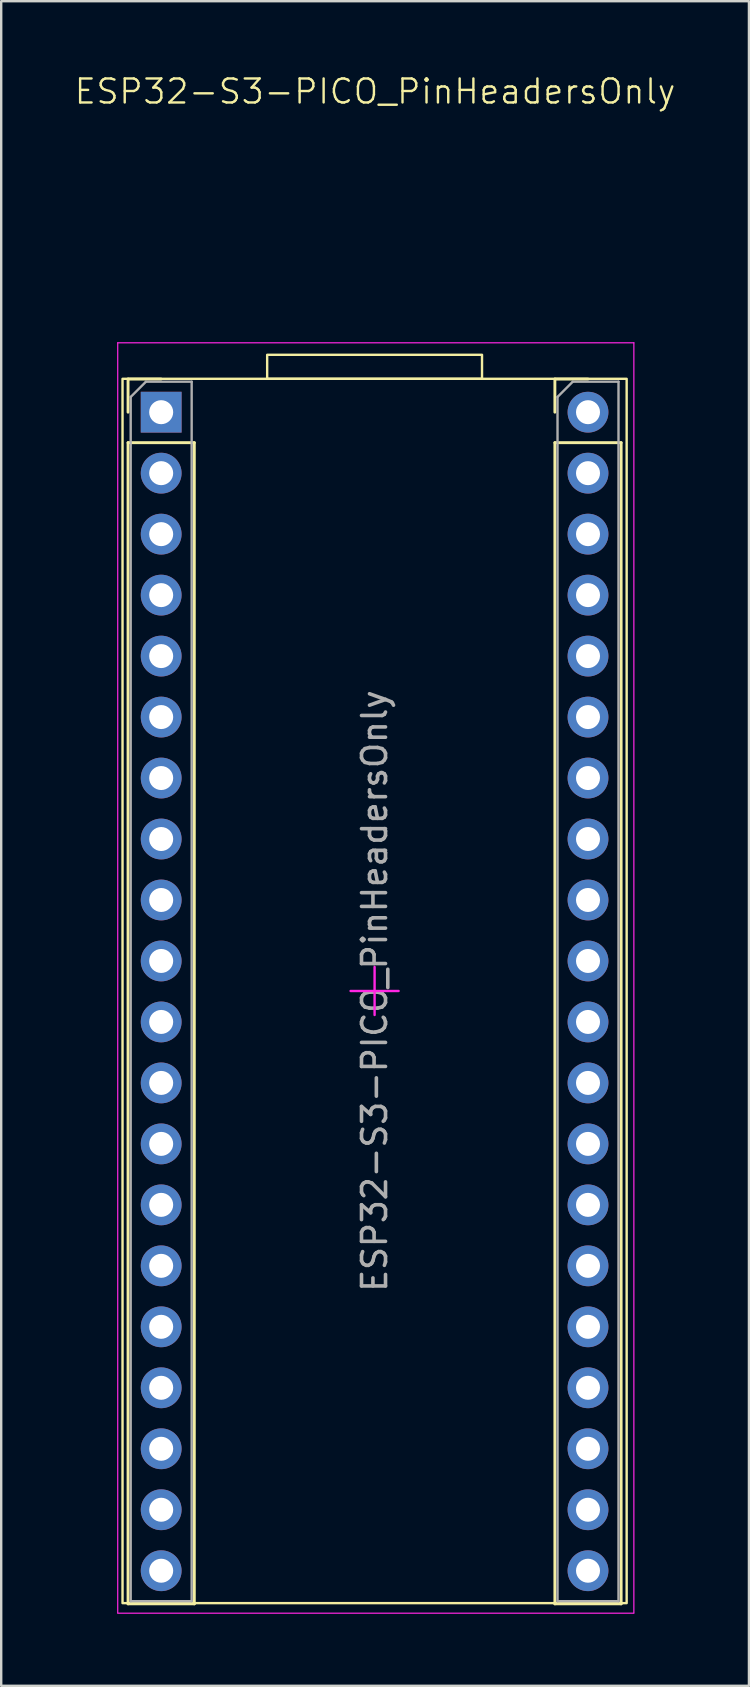
<source format=kicad_pcb>
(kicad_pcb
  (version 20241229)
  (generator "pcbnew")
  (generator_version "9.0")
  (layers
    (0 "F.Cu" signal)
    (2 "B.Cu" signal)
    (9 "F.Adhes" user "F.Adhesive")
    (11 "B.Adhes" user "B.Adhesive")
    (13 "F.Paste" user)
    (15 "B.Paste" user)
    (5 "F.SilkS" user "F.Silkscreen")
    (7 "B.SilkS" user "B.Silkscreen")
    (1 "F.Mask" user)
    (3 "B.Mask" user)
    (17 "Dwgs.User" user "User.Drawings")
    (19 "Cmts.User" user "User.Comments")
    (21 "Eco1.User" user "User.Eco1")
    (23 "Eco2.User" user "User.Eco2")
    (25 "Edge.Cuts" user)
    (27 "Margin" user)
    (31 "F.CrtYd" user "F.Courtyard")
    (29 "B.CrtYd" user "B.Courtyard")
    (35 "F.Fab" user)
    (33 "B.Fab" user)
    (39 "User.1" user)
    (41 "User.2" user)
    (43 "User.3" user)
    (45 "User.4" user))
  (footprint "ESP32-S3-PICO_PinHeadersOnly"
    (layer "F.Cu")
    (at 12.554 38.23)
    (property "Reference" "ESP32-S3-PICO_PinHeadersOnly" (at 0.02 -37.47 0) (unlocked yes) (layer "F.SilkS") (effects (font (size 1 1) (thickness 0.1))))
    (attr smd)
    (fp_line (start -10.27 -25.49) (end -8.89 -25.49) (stroke (width 0.12) (type solid)) (layer "F.SilkS"))
    (fp_line (start -10.27 -24.11) (end -10.27 -25.49) (stroke (width 0.12) (type solid)) (layer "F.SilkS"))
    (fp_line (start -10.27 -22.84) (end -10.27 25.53) (stroke (width 0.12) (type solid)) (layer "F.SilkS"))
    (fp_line (start -10.27 -22.84) (end -7.51 -22.84) (stroke (width 0.12) (type solid)) (layer "F.SilkS"))
    (fp_line (start -10.27 25.53) (end -7.51 25.53) (stroke (width 0.12) (type solid)) (layer "F.SilkS"))
    (fp_line (start -7.51 -22.84) (end -7.51 25.53) (stroke (width 0.12) (type solid)) (layer "F.SilkS"))
    (fp_line (start 7.51 -25.49) (end 8.89 -25.49) (stroke (width 0.12) (type solid)) (layer "F.SilkS"))
    (fp_line (start 7.51 -24.11) (end 7.51 -25.49) (stroke (width 0.12) (type solid)) (layer "F.SilkS"))
    (fp_line (start 7.51 -22.84) (end 7.51 25.53) (stroke (width 0.12) (type solid)) (layer "F.SilkS"))
    (fp_line (start 7.51 -22.84) (end 10.27 -22.84) (stroke (width 0.12) (type solid)) (layer "F.SilkS"))
    (fp_line (start 7.51 25.53) (end 10.27 25.53) (stroke (width 0.12) (type solid)) (layer "F.SilkS"))
    (fp_line (start 10.27 -22.84) (end 10.27 25.53) (stroke (width 0.12) (type solid)) (layer "F.SilkS"))
    (fp_rect (start -10.5 -25.5) (end 10.5 25.5) (stroke (width 0.1) (type solid)) (fill no) (layer "F.SilkS"))
    (fp_rect (start -4.475 -26.5) (end 4.475 -25.5) (stroke (width 0.1) (type solid)) (fill no) (layer "F.SilkS"))
    (fp_line (start -10.7 -27) (end -10.7 25.9) (stroke (width 0.05) (type solid)) (layer "F.CrtYd"))
    (fp_line (start -10.7 25.92) (end 10.8 25.92) (stroke (width 0.05) (type solid)) (layer "F.CrtYd"))
    (fp_line (start -1 0) (end 0 0) (stroke (width 0.1) (type solid)) (layer "F.CrtYd"))
    (fp_line (start 0 -1) (end 0 0) (stroke (width 0.1) (type solid)) (layer "F.CrtYd"))
    (fp_line (start 0 1) (end 0 0) (stroke (width 0.1) (type solid)) (layer "F.CrtYd"))
    (fp_line (start 1 0) (end 0 0) (stroke (width 0.1) (type solid)) (layer "F.CrtYd"))
    (fp_line (start 10.8 -27) (end -10.7 -27) (stroke (width 0.05) (type solid)) (layer "F.CrtYd"))
    (fp_line (start 10.8 25.9) (end 10.8 -27) (stroke (width 0.05) (type solid)) (layer "F.CrtYd"))
    (fp_line (start -10.16 -24.745) (end -9.525 -25.38) (stroke (width 0.1) (type solid)) (layer "F.Fab"))
    (fp_line (start -10.16 25.42) (end -10.16 -24.745) (stroke (width 0.1) (type solid)) (layer "F.Fab"))
    (fp_line (start -9.525 -25.38) (end -7.62 -25.38) (stroke (width 0.1) (type solid)) (layer "F.Fab"))
    (fp_line (start -7.62 -25.38) (end -7.62 25.42) (stroke (width 0.1) (type solid)) (layer "F.Fab"))
    (fp_line (start -7.62 25.42) (end -10.16 25.42) (stroke (width 0.1) (type solid)) (layer "F.Fab"))
    (fp_line (start 7.62 -24.745) (end 8.255 -25.38) (stroke (width 0.1) (type solid)) (layer "F.Fab"))
    (fp_line (start 7.62 25.42) (end 7.62 -24.745) (stroke (width 0.1) (type solid)) (layer "F.Fab"))
    (fp_line (start 8.255 -25.38) (end 10.16 -25.38) (stroke (width 0.1) (type solid)) (layer "F.Fab"))
    (fp_line (start 10.16 -25.38) (end 10.16 25.42) (stroke (width 0.1) (type solid)) (layer "F.Fab"))
    (fp_line (start 10.16 25.42) (end 7.62 25.42) (stroke (width 0.1) (type solid)) (layer "F.Fab"))
    (fp_text user "${REFERENCE}" (at 0 0 90) (unlocked yes) (layer "F.Fab") (effects (font (size 1 1) (thickness 0.15))))
    (pad "1" thru_hole rect (at -8.89 -24.11) (size 1.7 1.7) (drill 1) (layers "*.Cu" "*.Mask"))
    (pad "2" thru_hole circle (at -8.89 -21.57) (size 1.7 1.7) (drill 1) (layers "*.Cu" "*.Mask"))
    (pad "3" thru_hole circle (at -8.89 -19.03) (size 1.7 1.7) (drill 1) (layers "*.Cu" "*.Mask"))
    (pad "4" thru_hole circle (at -8.89 -16.49) (size 1.7 1.7) (drill 1) (layers "*.Cu" "*.Mask"))
    (pad "5" thru_hole circle (at -8.89 -13.95) (size 1.7 1.7) (drill 1) (layers "*.Cu" "*.Mask"))
    (pad "6" thru_hole circle (at -8.89 -11.41) (size 1.7 1.7) (drill 1) (layers "*.Cu" "*.Mask"))
    (pad "7" thru_hole circle (at -8.89 -8.87) (size 1.7 1.7) (drill 1) (layers "*.Cu" "*.Mask"))
    (pad "8" thru_hole circle (at -8.89 -6.33) (size 1.7 1.7) (drill 1) (layers "*.Cu" "*.Mask"))
    (pad "9" thru_hole circle (at -8.89 -3.79) (size 1.7 1.7) (drill 1) (layers "*.Cu" "*.Mask"))
    (pad "10" thru_hole circle (at -8.89 -1.25) (size 1.7 1.7) (drill 1) (layers "*.Cu" "*.Mask"))
    (pad "11" thru_hole circle (at -8.89 1.29) (size 1.7 1.7) (drill 1) (layers "*.Cu" "*.Mask"))
    (pad "12" thru_hole circle (at -8.89 3.83) (size 1.7 1.7) (drill 1) (layers "*.Cu" "*.Mask"))
    (pad "13" thru_hole circle (at -8.89 6.37) (size 1.7 1.7) (drill 1) (layers "*.Cu" "*.Mask"))
    (pad "14" thru_hole circle (at -8.89 8.91) (size 1.7 1.7) (drill 1) (layers "*.Cu" "*.Mask"))
    (pad "15" thru_hole circle (at -8.89 11.45) (size 1.7 1.7) (drill 1) (layers "*.Cu" "*.Mask"))
    (pad "16" thru_hole circle (at -8.89 13.99) (size 1.7 1.7) (drill 1) (layers "*.Cu" "*.Mask"))
    (pad "17" thru_hole circle (at -8.89 16.53) (size 1.7 1.7) (drill 1) (layers "*.Cu" "*.Mask"))
    (pad "18" thru_hole circle (at -8.89 19.07) (size 1.7 1.7) (drill 1) (layers "*.Cu" "*.Mask"))
    (pad "19" thru_hole circle (at -8.89 21.61) (size 1.7 1.7) (drill 1) (layers "*.Cu" "*.Mask"))
    (pad "20" thru_hole circle (at -8.89 24.15) (size 1.7 1.7) (drill 1) (layers "*.Cu" "*.Mask"))
    (pad "21" thru_hole circle (at 8.89 24.15) (size 1.7 1.7) (drill 1) (layers "*.Cu" "*.Mask"))
    (pad "22" thru_hole circle (at 8.89 21.61) (size 1.7 1.7) (drill 1) (layers "*.Cu" "*.Mask"))
    (pad "23" thru_hole circle (at 8.89 19.07) (size 1.7 1.7) (drill 1) (layers "*.Cu" "*.Mask"))
    (pad "24" thru_hole circle (at 8.89 16.53) (size 1.7 1.7) (drill 1) (layers "*.Cu" "*.Mask"))
    (pad "25" thru_hole circle (at 8.89 13.99) (size 1.7 1.7) (drill 1) (layers "*.Cu" "*.Mask"))
    (pad "26" thru_hole circle (at 8.89 11.45) (size 1.7 1.7) (drill 1) (layers "*.Cu" "*.Mask"))
    (pad "27" thru_hole circle (at 8.89 8.91) (size 1.7 1.7) (drill 1) (layers "*.Cu" "*.Mask"))
    (pad "28" thru_hole circle (at 8.89 6.37) (size 1.7 1.7) (drill 1) (layers "*.Cu" "*.Mask"))
    (pad "29" thru_hole circle (at 8.89 3.83) (size 1.7 1.7) (drill 1) (layers "*.Cu" "*.Mask"))
    (pad "30" thru_hole circle (at 8.89 1.29) (size 1.7 1.7) (drill 1) (layers "*.Cu" "*.Mask"))
    (pad "31" thru_hole circle (at 8.89 -1.25) (size 1.7 1.7) (drill 1) (layers "*.Cu" "*.Mask"))
    (pad "32" thru_hole circle (at 8.89 -3.79) (size 1.7 1.7) (drill 1) (layers "*.Cu" "*.Mask"))
    (pad "33" thru_hole circle (at 8.89 -6.33) (size 1.7 1.7) (drill 1) (layers "*.Cu" "*.Mask"))
    (pad "34" thru_hole circle (at 8.89 -8.87) (size 1.7 1.7) (drill 1) (layers "*.Cu" "*.Mask"))
    (pad "35" thru_hole circle (at 8.89 -11.41) (size 1.7 1.7) (drill 1) (layers "*.Cu" "*.Mask"))
    (pad "36" thru_hole circle (at 8.89 -13.95) (size 1.7 1.7) (drill 1) (layers "*.Cu" "*.Mask"))
    (pad "37" thru_hole circle (at 8.89 -16.49) (size 1.7 1.7) (drill 1) (layers "*.Cu" "*.Mask"))
    (pad "38" thru_hole circle (at 8.89 -19.03) (size 1.7 1.7) (drill 1) (layers "*.Cu" "*.Mask"))
    (pad "39" thru_hole circle (at 8.89 -21.57) (size 1.7 1.7) (drill 1) (layers "*.Cu" "*.Mask"))
    (pad "40" thru_hole circle (at 8.89 -24.11) (size 1.7 1.7) (drill 1) (layers "*.Cu" "*.Mask")))
  (gr_rect
    (start -3 -3)
    (end 28.148 67.175)
    (stroke (width 0.1) (type default))
    (fill no)
    (layer "Edge.Cuts")))
</source>
